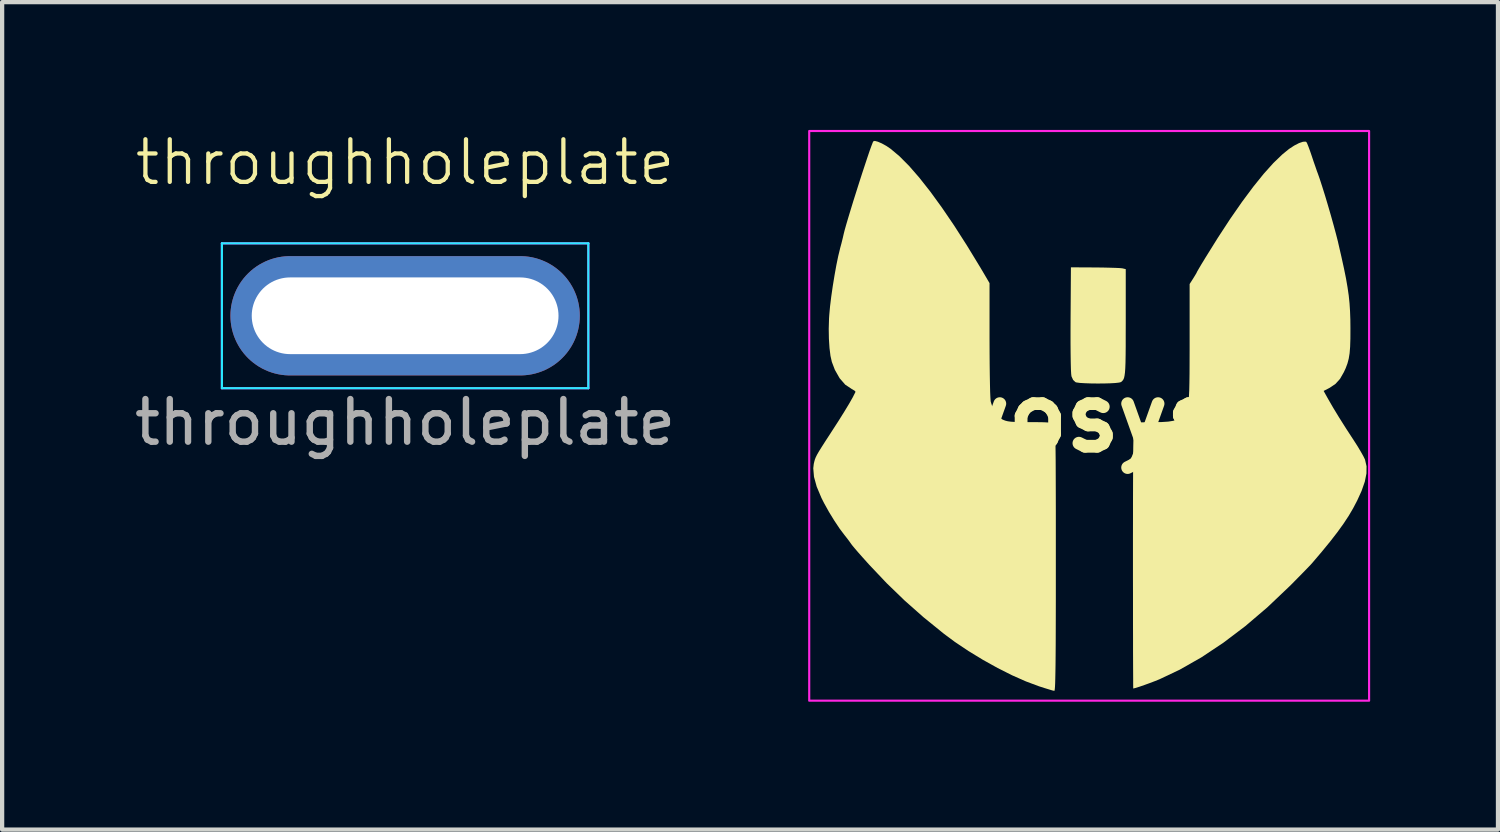
<source format=kicad_pcb>
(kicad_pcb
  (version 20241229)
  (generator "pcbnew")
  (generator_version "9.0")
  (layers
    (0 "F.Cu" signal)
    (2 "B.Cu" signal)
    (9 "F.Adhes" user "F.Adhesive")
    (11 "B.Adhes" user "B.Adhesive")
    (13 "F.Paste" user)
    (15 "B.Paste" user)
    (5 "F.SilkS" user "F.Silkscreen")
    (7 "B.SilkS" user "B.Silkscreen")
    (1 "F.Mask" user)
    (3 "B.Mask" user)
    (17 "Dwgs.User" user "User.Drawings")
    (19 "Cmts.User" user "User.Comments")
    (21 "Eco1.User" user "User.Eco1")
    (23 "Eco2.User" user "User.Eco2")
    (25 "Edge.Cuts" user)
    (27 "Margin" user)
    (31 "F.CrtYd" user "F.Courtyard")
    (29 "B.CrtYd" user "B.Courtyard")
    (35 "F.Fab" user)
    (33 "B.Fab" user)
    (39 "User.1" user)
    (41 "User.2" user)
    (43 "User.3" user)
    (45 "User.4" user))
  (footprint "throughholeplate"
    (layer "F.Cu")
    (at 6.458 4.361)
    (property "Reference" "throughholeplate" (at 0 -3.6 0) (unlocked yes) (layer "F.SilkS") (effects (font (size 1 1) (thickness 0.1))))
    (attr through_hole)
    (fp_line (start -4.3 -1.7) (end -4.3 1.7) (stroke (width 0.05) (type default)) (layer "B.CrtYd"))
    (fp_line (start -4.3 -1.7) (end 4.3 -1.7) (stroke (width 0.05) (type solid)) (layer "B.CrtYd"))
    (fp_line (start -4.3 1.7) (end 4.3 1.7) (stroke (width 0.05) (type solid)) (layer "B.CrtYd"))
    (fp_line (start 4.3 -1.7) (end 4.3 1.7) (stroke (width 0.05) (type default)) (layer "B.CrtYd"))
    (fp_line (start -4.3 -1.7) (end -4.3 1.7) (stroke (width 0.05) (type default)) (layer "F.CrtYd"))
    (fp_line (start -4.3 -1.7) (end 4.3 -1.7) (stroke (width 0.05) (type solid)) (layer "F.CrtYd"))
    (fp_line (start -4.3 1.7) (end 4.3 1.7) (stroke (width 0.05) (type solid)) (layer "F.CrtYd"))
    (fp_line (start 4.3 -1.7) (end 4.3 1.7) (stroke (width 0.05) (type default)) (layer "F.CrtYd"))
    (fp_text user "${REFERENCE}" (at 0 2.5 0) (unlocked yes) (layer "F.Fab") (effects (font (size 1 1) (thickness 0.15))))
    (pad "1" thru_hole oval (at 0 0) (size 8.2 2.8) (drill oval 7.2 1.8) (layers "*.Cu" "*.Mask")))
  (footprint "yosys"
    (layer "F.Cu")
    (at 22.522 6.745)
    (property "Reference" "yosys" (at 0 0 0) (layer "F.SilkS") (effects (font (size 1.5 1.5) (thickness 0.3))))
    (attr board_only exclude_from_pos_files exclude_from_bom)
    (fp_poly (pts (xy 0.133 -3.518) (xy 0.312 -3.516) (xy 0.475 -3.512) (xy 0.612 -3.508) (xy 0.715 -3.503) (xy 0.772 -3.497) (xy 0.776 -3.496) (xy 0.849 -3.478) (xy 0.849 -2.232) (xy 0.848 -1.924) (xy 0.848 -1.668) (xy 0.846 -1.458) (xy 0.843 -1.29) (xy 0.838 -1.157) (xy 0.831 -1.056) (xy 0.821 -0.981) (xy 0.809 -0.926) (xy 0.793 -0.888) (xy 0.773 -0.86) (xy 0.749 -0.837) (xy 0.738 -0.828) (xy 0.693 -0.816) (xy 0.604 -0.806) (xy 0.481 -0.799) (xy 0.336 -0.795) (xy 0.181 -0.794) (xy 0.028 -0.796) (xy -0.112 -0.801) (xy -0.228 -0.808) (xy -0.308 -0.819) (xy -0.332 -0.827) (xy -0.387 -0.879) (xy -0.425 -0.963) (xy -0.432 -1.02) (xy -0.438 -1.129) (xy -0.442 -1.288) (xy -0.445 -1.493) (xy -0.447 -1.74) (xy -0.447 -2.026) (xy -0.446 -2.295) (xy -0.438 -3.521)) (stroke (width 0) (type solid)) (fill yes) (layer "F.SilkS"))
    (fp_poly (pts (xy 5.089 -6.461) (xy 5.108 -6.425) (xy 5.139 -6.347) (xy 5.178 -6.24) (xy 5.213 -6.138) (xy 5.258 -6.003) (xy 5.302 -5.877) (xy 5.337 -5.775) (xy 5.355 -5.728) (xy 5.403 -5.591) (xy 5.461 -5.412) (xy 5.527 -5.202) (xy 5.595 -4.974) (xy 5.663 -4.74) (xy 5.727 -4.511) (xy 5.784 -4.3) (xy 5.83 -4.12) (xy 5.837 -4.087) (xy 5.91 -3.77) (xy 5.97 -3.497) (xy 6.018 -3.261) (xy 6.054 -3.052) (xy 6.082 -2.86) (xy 6.101 -2.676) (xy 6.113 -2.491) (xy 6.12 -2.296) (xy 6.122 -2.082) (xy 6.122 -2.079) (xy 6.121 -1.845) (xy 6.115 -1.657) (xy 6.103 -1.505) (xy 6.082 -1.377) (xy 6.052 -1.264) (xy 6.011 -1.154) (xy 5.967 -1.059) (xy 5.877 -0.902) (xy 5.772 -0.786) (xy 5.638 -0.695) (xy 5.61 -0.68) (xy 5.493 -0.62) (xy 5.599 -0.43) (xy 5.714 -0.231) (xy 5.855 0.001) (xy 6.025 0.27) (xy 6.205 0.546) (xy 6.289 0.677) (xy 6.364 0.803) (xy 6.424 0.909) (xy 6.461 0.984) (xy 6.465 0.995) (xy 6.5 1.148) (xy 6.498 1.317) (xy 6.46 1.508) (xy 6.384 1.726) (xy 6.281 1.952) (xy 6.186 2.133) (xy 6.081 2.312) (xy 5.959 2.497) (xy 5.817 2.694) (xy 5.649 2.911) (xy 5.45 3.154) (xy 5.234 3.408) (xy 5.186 3.462) (xy 5.104 3.547) (xy 4.997 3.657) (xy 4.872 3.784) (xy 4.737 3.921) (xy 4.683 3.974) (xy 4.171 4.46) (xy 3.655 4.9) (xy 3.138 5.291) (xy 2.624 5.633) (xy 2.114 5.923) (xy 1.641 6.147) (xy 1.537 6.189) (xy 1.416 6.235) (xy 1.292 6.28) (xy 1.177 6.32) (xy 1.086 6.349) (xy 1.031 6.363) (xy 1.025 6.364) (xy 1.024 6.336) (xy 1.023 6.256) (xy 1.023 6.126) (xy 1.022 5.95) (xy 1.021 5.732) (xy 1.02 5.476) (xy 1.02 5.186) (xy 1.019 4.863) (xy 1.019 4.514) (xy 1.019 4.14) (xy 1.018 3.747) (xy 1.018 3.336) (xy 1.018 3.283) (xy 1.018 2.796) (xy 1.019 2.362) (xy 1.019 1.978) (xy 1.02 1.642) (xy 1.021 1.349) (xy 1.022 1.098) (xy 1.023 0.885) (xy 1.025 0.706) (xy 1.028 0.56) (xy 1.031 0.441) (xy 1.034 0.349) (xy 1.039 0.278) (xy 1.043 0.227) (xy 1.049 0.192) (xy 1.055 0.17) (xy 1.062 0.158) (xy 1.063 0.158) (xy 1.092 0.139) (xy 1.141 0.126) (xy 1.219 0.118) (xy 1.337 0.114) (xy 1.491 0.113) (xy 1.692 0.11) (xy 1.847 0.1) (xy 1.965 0.081) (xy 2.054 0.049) (xy 2.126 0.005) (xy 2.174 -0.039) (xy 2.211 -0.08) (xy 2.243 -0.121) (xy 2.27 -0.167) (xy 2.291 -0.222) (xy 2.309 -0.291) (xy 2.322 -0.38) (xy 2.332 -0.494) (xy 2.339 -0.637) (xy 2.343 -0.815) (xy 2.346 -1.032) (xy 2.347 -1.293) (xy 2.348 -1.604) (xy 2.348 -1.763) (xy 2.348 -3.129) (xy 2.433 -3.262) (xy 2.479 -3.337) (xy 2.51 -3.39) (xy 2.517 -3.406) (xy 2.531 -3.433) (xy 2.569 -3.498) (xy 2.625 -3.593) (xy 2.695 -3.707) (xy 2.704 -3.723) (xy 3.01 -4.214) (xy 3.301 -4.659) (xy 3.579 -5.059) (xy 3.841 -5.411) (xy 4.086 -5.715) (xy 4.314 -5.969) (xy 4.525 -6.172) (xy 4.681 -6.299) (xy 4.802 -6.378) (xy 4.914 -6.436) (xy 5.008 -6.468) (xy 5.073 -6.471)) (stroke (width 0) (type solid)) (fill yes) (layer "F.SilkS"))
    (fp_poly (pts (xy -4.969 -6.469) (xy -4.876 -6.429) (xy -4.771 -6.371) (xy -4.669 -6.302) (xy -4.462 -6.128) (xy -4.237 -5.902) (xy -3.996 -5.625) (xy -3.738 -5.298) (xy -3.465 -4.922) (xy -3.177 -4.499) (xy -2.876 -4.029) (xy -2.562 -3.514) (xy -2.465 -3.35) (xy -2.348 -3.15) (xy -2.348 -1.834) (xy -2.347 -1.53) (xy -2.345 -1.249) (xy -2.342 -0.998) (xy -2.338 -0.781) (xy -2.334 -0.602) (xy -2.328 -0.468) (xy -2.322 -0.384) (xy -2.319 -0.365) (xy -2.264 -0.191) (xy -2.174 -0.051) (xy -2.054 0.045) (xy -2.028 0.058) (xy -1.977 0.078) (xy -1.92 0.092) (xy -1.846 0.102) (xy -1.745 0.108) (xy -1.609 0.111) (xy -1.426 0.112) (xy -1.397 0.113) (xy -1.213 0.113) (xy -1.077 0.115) (xy -0.981 0.12) (xy -0.917 0.127) (xy -0.876 0.139) (xy -0.85 0.154) (xy -0.839 0.165) (xy -0.831 0.176) (xy -0.825 0.196) (xy -0.819 0.226) (xy -0.814 0.27) (xy -0.81 0.331) (xy -0.806 0.413) (xy -0.803 0.518) (xy -0.8 0.65) (xy -0.798 0.811) (xy -0.796 1.005) (xy -0.795 1.235) (xy -0.794 1.505) (xy -0.793 1.816) (xy -0.792 2.173) (xy -0.792 2.579) (xy -0.792 3.036) (xy -0.792 3.319) (xy -0.792 3.822) (xy -0.792 4.271) (xy -0.793 4.67) (xy -0.794 5.019) (xy -0.795 5.322) (xy -0.797 5.583) (xy -0.799 5.802) (xy -0.802 5.983) (xy -0.805 6.129) (xy -0.808 6.242) (xy -0.812 6.325) (xy -0.817 6.381) (xy -0.822 6.411) (xy -0.827 6.419) (xy -0.867 6.411) (xy -0.948 6.387) (xy -1.059 6.353) (xy -1.19 6.311) (xy -1.198 6.308) (xy -1.495 6.197) (xy -1.82 6.053) (xy -2.16 5.882) (xy -2.505 5.69) (xy -2.843 5.484) (xy -3.161 5.271) (xy -3.417 5.081) (xy -3.898 4.691) (xy -4.34 4.3) (xy -4.76 3.894) (xy -5.172 3.459) (xy -5.218 3.408) (xy -5.33 3.283) (xy -5.432 3.168) (xy -5.515 3.071) (xy -5.573 3.001) (xy -5.596 2.97) (xy -5.64 2.908) (xy -5.703 2.825) (xy -5.745 2.772) (xy -5.863 2.616) (xy -5.991 2.424) (xy -6.118 2.217) (xy -6.233 2.01) (xy -6.293 1.891) (xy -6.404 1.628) (xy -6.468 1.396) (xy -6.485 1.196) (xy -6.473 1.091) (xy -6.46 1.036) (xy -6.446 0.986) (xy -6.425 0.933) (xy -6.393 0.87) (xy -6.347 0.791) (xy -6.282 0.687) (xy -6.195 0.551) (xy -6.081 0.376) (xy -6.067 0.354) (xy -5.897 0.091) (xy -5.758 -0.131) (xy -5.647 -0.314) (xy -5.561 -0.465) (xy -5.499 -0.587) (xy -5.493 -0.599) (xy -5.51 -0.622) (xy -5.563 -0.655) (xy -5.584 -0.666) (xy -5.735 -0.767) (xy -5.867 -0.919) (xy -5.978 -1.115) (xy -6.049 -1.301) (xy -6.081 -1.443) (xy -6.104 -1.628) (xy -6.118 -1.844) (xy -6.122 -2.077) (xy -6.115 -2.316) (xy -6.109 -2.407) (xy -6.091 -2.604) (xy -6.063 -2.834) (xy -6.027 -3.082) (xy -5.986 -3.333) (xy -5.943 -3.572) (xy -5.899 -3.785) (xy -5.857 -3.957) (xy -5.857 -3.96) (xy -5.823 -4.086) (xy -5.79 -4.219) (xy -5.772 -4.299) (xy -5.749 -4.391) (xy -5.712 -4.522) (xy -5.664 -4.685) (xy -5.607 -4.873) (xy -5.544 -5.079) (xy -5.476 -5.294) (xy -5.407 -5.512) (xy -5.338 -5.726) (xy -5.272 -5.926) (xy -5.212 -6.107) (xy -5.16 -6.261) (xy -5.117 -6.379) (xy -5.087 -6.456) (xy -5.076 -6.478) (xy -5.04 -6.488)) (stroke (width 0) (type solid)) (fill yes) (layer "F.SilkS"))
    (fp_rect (start -6.58 -6.72) (end 6.56 6.65) (stroke (width 0.05) (type default)) (fill no) (layer "F.CrtYd")))
  (gr_rect
    (start -3 -3)
    (end 32.107 16.42)
    (stroke (width 0.1) (type default))
    (fill no)
    (layer "Edge.Cuts")))
</source>
